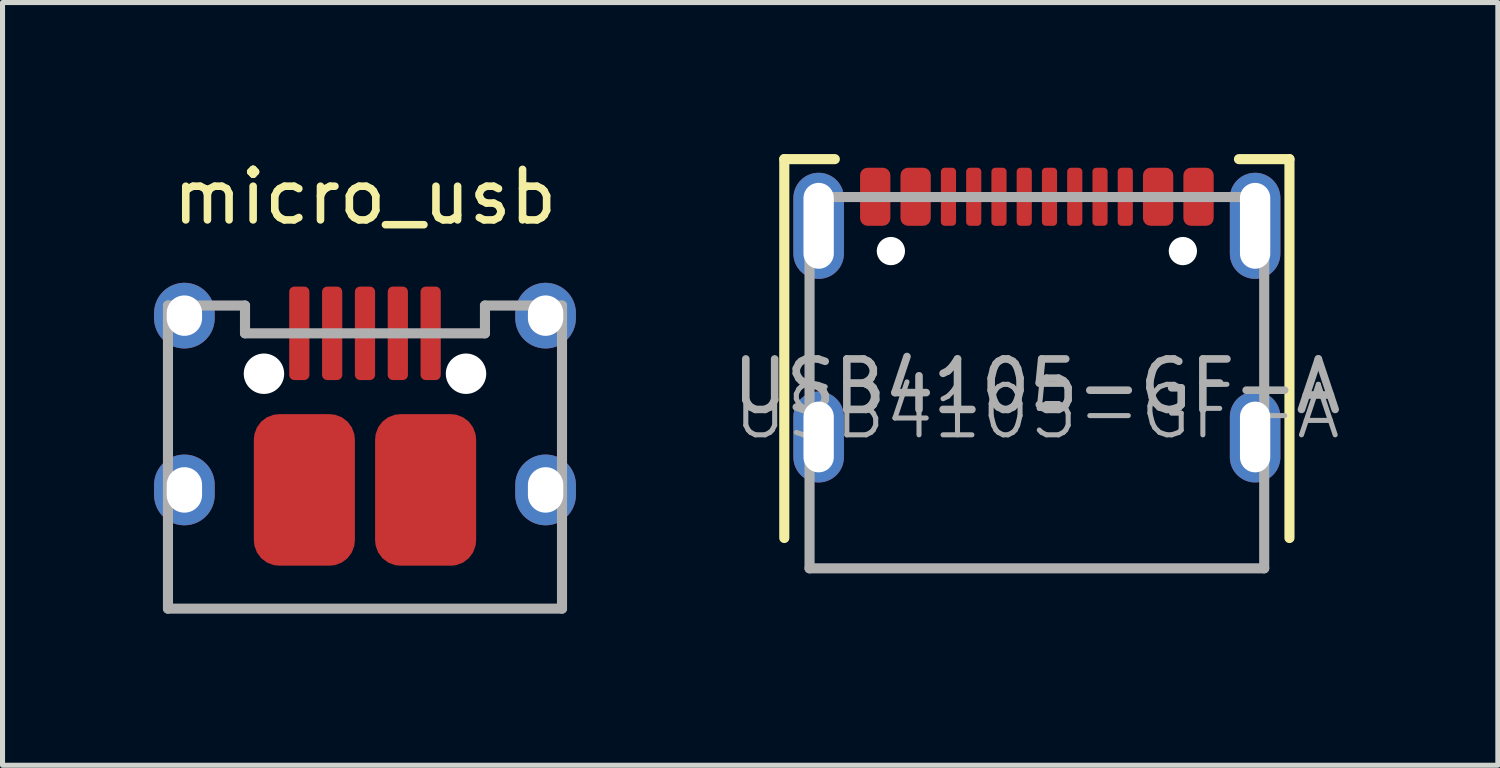
<source format=kicad_pcb>
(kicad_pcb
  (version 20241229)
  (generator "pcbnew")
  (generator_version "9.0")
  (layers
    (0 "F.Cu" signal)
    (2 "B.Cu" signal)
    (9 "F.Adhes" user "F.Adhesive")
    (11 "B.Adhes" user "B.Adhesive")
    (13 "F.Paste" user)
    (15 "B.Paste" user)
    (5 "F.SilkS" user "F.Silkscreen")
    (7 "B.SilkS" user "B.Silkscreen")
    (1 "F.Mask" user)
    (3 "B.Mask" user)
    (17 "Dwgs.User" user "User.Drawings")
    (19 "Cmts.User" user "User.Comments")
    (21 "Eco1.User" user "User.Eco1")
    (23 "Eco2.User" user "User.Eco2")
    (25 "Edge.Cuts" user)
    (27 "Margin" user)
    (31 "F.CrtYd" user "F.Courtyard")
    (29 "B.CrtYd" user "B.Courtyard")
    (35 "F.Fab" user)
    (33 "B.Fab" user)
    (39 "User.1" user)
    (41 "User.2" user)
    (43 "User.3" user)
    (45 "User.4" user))
  (footprint "USB4105-GF-A"
    (layer "F.Cu")
    (at 17.475 5.6)
    (property "Reference" "USB4105-GF-A" (at 0 -0.5 0) (unlocked yes) (layer "F.Fab") (effects (font (size 1 1) (thickness 0.1))))
    (attr smd)
    (fp_line (start -5 -5.5) (end -5 2) (stroke (width 0.2) (type default)) (layer "F.SilkS"))
    (fp_line (start -4 -5.5) (end -5 -5.5) (stroke (width 0.2) (type default)) (layer "F.SilkS"))
    (fp_line (start 5 -5.5) (end 4 -5.5) (stroke (width 0.2) (type default)) (layer "F.SilkS"))
    (fp_line (start 5 2) (end 5 -5.5) (stroke (width 0.2) (type default)) (layer "F.SilkS"))
    (fp_line (start -4.5 2.6) (end -4.5 -4.75) (stroke (width 0.2) (type default)) (layer "F.Fab"))
    (fp_line (start 4.5 -4.75) (end -4.5 -4.75) (stroke (width 0.2) (type default)) (layer "F.Fab"))
    (fp_line (start 4.5 2.6) (end -4.5 2.6) (stroke (width 0.2) (type default)) (layer "F.Fab"))
    (fp_line (start 4.5 2.6) (end 4.5 -4.75) (stroke (width 0.2) (type default)) (layer "F.Fab"))
    (fp_text user "${REFERENCE}" (at 0 -1 0) (unlocked yes) (layer "F.Fab") (effects (font (size 1 1) (thickness 0.15))))
    (pad "" np_thru_hole circle (at -2.89 -3.68) (size 0.56 0.56) (drill 0.65) (layers "*.Cu" "*.Mask"))
    (pad "" np_thru_hole circle (at 2.89 -3.68) (size 0.56 0.56) (drill 0.65) (layers "*.Cu" "*.Mask"))
    (pad "A1" smd roundrect (at -3.2 -4.755) (size 0.6 1.15) (layers "F.Cu" "F.Mask" "F.Paste") (roundrect_rratio 0.25))
    (pad "A4" smd roundrect (at -2.4 -4.755) (size 0.6 1.15) (layers "F.Cu" "F.Mask" "F.Paste") (roundrect_rratio 0.25))
    (pad "A5" smd roundrect (at -1.25 -4.755) (size 0.3 1.15) (layers "F.Cu" "F.Mask" "F.Paste") (roundrect_rratio 0.25))
    (pad "A6" smd roundrect (at -0.25 -4.755) (size 0.3 1.15) (layers "F.Cu" "F.Mask" "F.Paste") (roundrect_rratio 0.25))
    (pad "A7" smd roundrect (at 0.25 -4.755) (size 0.3 1.15) (layers "F.Cu" "F.Mask" "F.Paste") (roundrect_rratio 0.25))
    (pad "A8" smd roundrect (at 1.25 -4.755) (size 0.3 1.15) (layers "F.Cu" "F.Mask" "F.Paste") (roundrect_rratio 0.25))
    (pad "B1" smd roundrect (at 3.2 -4.755) (size 0.6 1.15) (layers "F.Cu" "F.Mask" "F.Paste") (roundrect_rratio 0.25))
    (pad "B4" smd roundrect (at 2.4 -4.755) (size 0.6 1.15) (layers "F.Cu" "F.Mask" "F.Paste") (roundrect_rratio 0.25))
    (pad "B5" smd roundrect (at 1.75 -4.755) (size 0.3 1.15) (layers "F.Cu" "F.Mask" "F.Paste") (roundrect_rratio 0.25))
    (pad "B6" smd roundrect (at 0.75 -4.755) (size 0.3 1.15) (layers "F.Cu" "F.Mask" "F.Paste") (roundrect_rratio 0.25))
    (pad "B7" smd roundrect (at -0.75 -4.755) (size 0.3 1.15) (layers "F.Cu" "F.Mask" "F.Paste") (roundrect_rratio 0.25))
    (pad "B8" smd roundrect (at -1.75 -4.755) (size 0.3 1.15) (layers "F.Cu" "F.Mask" "F.Paste") (roundrect_rratio 0.25))
    (pad "S1" thru_hole oval (at -4.32 0) (size 1 1.8) (drill oval 0.6 1.4) (layers "*.Cu" "*.Mask"))
    (pad "S2" thru_hole oval (at 4.32 0) (size 1 1.8) (drill oval 0.6 1.4) (layers "*.Cu" "*.Mask"))
    (pad "S3" thru_hole oval (at -4.32 -4.18) (size 1 2.1) (drill oval 0.6 1.7) (layers "*.Cu" "*.Mask"))
    (pad "S4" thru_hole oval (at 4.32 -4.18) (size 1 2.1) (drill oval 0.6 1.7) (layers "*.Cu" "*.Mask")))
  (footprint "micro_usb"
    (layer "F.Cu")
    (at 4.175 4.348)
    (property "Reference" "micro_usb" (at 0 -3.5 0) (layer "F.SilkS") (effects (font (size 1 1) (thickness 0.15))))
    (attr through_hole)
    (fp_line (start -3.9 -1.35) (end -3.9 4.65) (stroke (width 0.2) (type solid)) (layer "F.Fab"))
    (fp_line (start -3.9 4.65) (end 3.9 4.65) (stroke (width 0.2) (type solid)) (layer "F.Fab"))
    (fp_line (start -2.375 -1.35) (end -3.9 -1.35) (stroke (width 0.2) (type solid)) (layer "F.Fab"))
    (fp_line (start -2.375 -1.35) (end -2.375 -0.8) (stroke (width 0.2) (type solid)) (layer "F.Fab"))
    (fp_line (start 2.375 -1.35) (end 2.375 -0.8) (stroke (width 0.2) (type solid)) (layer "F.Fab"))
    (fp_line (start 2.375 -1.35) (end 3.9 -1.35) (stroke (width 0.2) (type solid)) (layer "F.Fab"))
    (fp_line (start 2.375 -0.8) (end -2.375 -0.8) (stroke (width 0.2) (type solid)) (layer "F.Fab"))
    (fp_line (start 3.9 -1.35) (end 3.9 4.65) (stroke (width 0.2) (type solid)) (layer "F.Fab"))
    (pad "" np_thru_hole circle (at -2 0) (size 0.8 0.8) (drill 0.8) (layers "*.Cu" "*.Mask"))
    (pad "" np_thru_hole circle (at 2 0) (size 0.8 0.8) (drill 0.8) (layers "*.Cu" "*.Mask"))
    (pad "0" thru_hole oval (at -3.575 -1.15) (size 1.2 1.3) (drill oval 0.7 0.8) (layers "*.Cu" "*.Mask"))
    (pad "0" thru_hole oval (at -3.575 2.3) (size 1.2 1.4) (drill oval 0.7 0.9) (layers "*.Cu" "*.Mask"))
    (pad "0" smd roundrect (at -1.2 2.3) (size 2 3) (layers "F.Cu" "F.Mask" "F.Paste") (roundrect_rratio 0.25))
    (pad "0" smd roundrect (at 1.2 2.3) (size 2 3) (layers "F.Cu" "F.Mask" "F.Paste") (roundrect_rratio 0.25))
    (pad "0" thru_hole oval (at 3.575 -1.15) (size 1.2 1.3) (drill oval 0.7 0.8) (layers "*.Cu" "*.Mask"))
    (pad "0" thru_hole oval (at 3.575 2.3) (size 1.2 1.4) (drill oval 0.7 0.9) (layers "*.Cu" "*.Mask"))
    (pad "1" smd roundrect (at -1.3 -0.8) (size 0.4 1.85) (layers "F.Cu" "F.Mask" "F.Paste") (roundrect_rratio 0.25))
    (pad "2" smd roundrect (at -0.65 -0.8) (size 0.4 1.85) (layers "F.Cu" "F.Mask" "F.Paste") (roundrect_rratio 0.25))
    (pad "3" smd roundrect (at 0 -0.8) (size 0.4 1.85) (layers "F.Cu" "F.Mask" "F.Paste") (roundrect_rratio 0.25))
    (pad "4" smd roundrect (at 0.65 -0.8) (size 0.4 1.85) (layers "F.Cu" "F.Mask" "F.Paste") (roundrect_rratio 0.25))
    (pad "5" smd roundrect (at 1.3 -0.8) (size 0.4 1.85) (layers "F.Cu" "F.Mask" "F.Paste") (roundrect_rratio 0.25)))
  (gr_rect
    (start -3 -3)
    (end 26.6 12.098)
    (stroke (width 0.1) (type default))
    (fill no)
    (layer "Edge.Cuts")))
</source>
